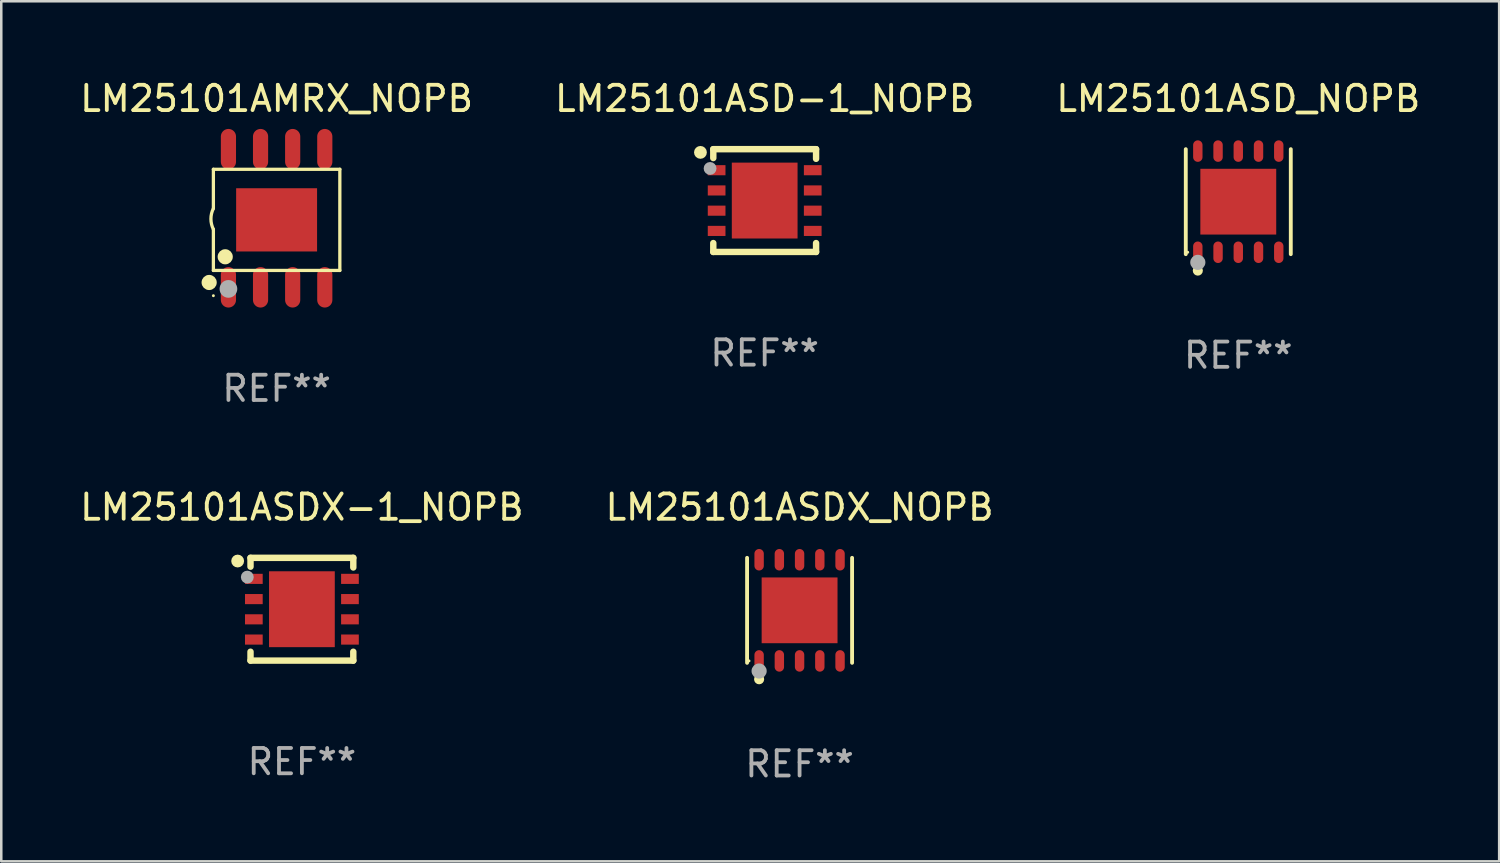
<source format=kicad_pcb>
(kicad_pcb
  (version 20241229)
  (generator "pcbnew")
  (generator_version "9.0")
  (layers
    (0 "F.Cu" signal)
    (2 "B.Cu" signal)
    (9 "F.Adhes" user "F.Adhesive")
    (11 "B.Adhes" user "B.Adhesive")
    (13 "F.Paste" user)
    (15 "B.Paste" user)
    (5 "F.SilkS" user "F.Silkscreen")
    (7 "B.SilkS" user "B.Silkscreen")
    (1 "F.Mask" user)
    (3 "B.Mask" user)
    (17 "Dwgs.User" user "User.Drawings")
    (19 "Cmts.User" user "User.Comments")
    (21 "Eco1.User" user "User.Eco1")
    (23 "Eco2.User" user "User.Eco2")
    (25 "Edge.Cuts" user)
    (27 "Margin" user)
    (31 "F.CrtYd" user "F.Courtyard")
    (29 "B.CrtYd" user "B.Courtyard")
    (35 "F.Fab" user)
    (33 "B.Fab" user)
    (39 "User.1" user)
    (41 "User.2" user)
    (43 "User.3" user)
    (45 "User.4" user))
  (footprint "LM25101ASDX_NOPB"
    (layer "F.Cu")
    (at 28.565 21.082)
    (property "Reference" "LM25101ASDX_NOPB" (at 0 -4.076 0) (layer "F.SilkS") (effects (font (size 1 1) (thickness 0.15))))
    (attr through_hole)
    (fp_line (start -2.076 2.076) (end -2.076 -2.076) (stroke (width 0.152) (type solid)) (layer "F.SilkS"))
    (fp_line (start 2.076 -2.076) (end 2.076 2.076) (stroke (width 0.152) (type solid)) (layer "F.SilkS"))
    (fp_circle (center -2 2) (end -1.97 2) (stroke (width 0.06) (type solid)) (fill no) (layer "F.SilkS"))
    (fp_circle (center -1.6 2.725) (end -1.5 2.725) (stroke (width 0.2) (type solid)) (fill no) (layer "F.SilkS"))
    (fp_circle (center -1.6 2.4) (end -1.45 2.4) (stroke (width 0.3) (type solid)) (fill no) (layer "F.Fab"))
    (fp_text user "REF**" (at 0 6.076 0) (layer "F.Fab") (effects (font (size 1 1) (thickness 0.15))))
    (pad "1" smd oval (at -1.6 2) (size 0.371 0.85) (layers "F.Cu" "F.Mask" "F.Paste"))
    (pad "2" smd oval (at -0.8 2) (size 0.371 0.85) (layers "F.Cu" "F.Mask" "F.Paste"))
    (pad "3" smd oval (at 0 2) (size 0.371 0.85) (layers "F.Cu" "F.Mask" "F.Paste"))
    (pad "4" smd oval (at 0.8 2) (size 0.371 0.85) (layers "F.Cu" "F.Mask" "F.Paste"))
    (pad "5" smd oval (at 1.6 2) (size 0.371 0.85) (layers "F.Cu" "F.Mask" "F.Paste"))
    (pad "6" smd oval (at 1.6 -2) (size 0.371 0.85) (layers "F.Cu" "F.Mask" "F.Paste"))
    (pad "7" smd oval (at 0.8 -2) (size 0.371 0.85) (layers "F.Cu" "F.Mask" "F.Paste"))
    (pad "8" smd oval (at 0 -2) (size 0.371 0.85) (layers "F.Cu" "F.Mask" "F.Paste"))
    (pad "9" smd oval (at -0.8 -2) (size 0.371 0.85) (layers "F.Cu" "F.Mask" "F.Paste"))
    (pad "10" smd oval (at -1.6 -2) (size 0.371 0.85) (layers "F.Cu" "F.Mask" "F.Paste"))
    (pad "11" smd rect (at 0 0) (size 3 2.6) (layers "F.Cu" "F.Mask" "F.Paste")))
  (footprint "LM25101ASD_NOPB"
    (layer "F.Cu")
    (at 45.911 4.924)
    (property "Reference" "LM25101ASD_NOPB" (at 0 -4.076 0) (layer "F.SilkS") (effects (font (size 1 1) (thickness 0.15))))
    (attr through_hole)
    (fp_line (start -2.076 2.076) (end -2.076 -2.076) (stroke (width 0.152) (type solid)) (layer "F.SilkS"))
    (fp_line (start 2.076 -2.076) (end 2.076 2.076) (stroke (width 0.152) (type solid)) (layer "F.SilkS"))
    (fp_circle (center -2 2) (end -1.97 2) (stroke (width 0.06) (type solid)) (fill no) (layer "F.SilkS"))
    (fp_circle (center -1.6 2.725) (end -1.5 2.725) (stroke (width 0.2) (type solid)) (fill no) (layer "F.SilkS"))
    (fp_circle (center -1.6 2.4) (end -1.45 2.4) (stroke (width 0.3) (type solid)) (fill no) (layer "F.Fab"))
    (fp_text user "REF**" (at 0 6.076 0) (layer "F.Fab") (effects (font (size 1 1) (thickness 0.15))))
    (pad "1" smd oval (at -1.6 2) (size 0.371 0.85) (layers "F.Cu" "F.Mask" "F.Paste"))
    (pad "2" smd oval (at -0.8 2) (size 0.371 0.85) (layers "F.Cu" "F.Mask" "F.Paste"))
    (pad "3" smd oval (at 0 2) (size 0.371 0.85) (layers "F.Cu" "F.Mask" "F.Paste"))
    (pad "4" smd oval (at 0.8 2) (size 0.371 0.85) (layers "F.Cu" "F.Mask" "F.Paste"))
    (pad "5" smd oval (at 1.6 2) (size 0.371 0.85) (layers "F.Cu" "F.Mask" "F.Paste"))
    (pad "6" smd oval (at 1.6 -2) (size 0.371 0.85) (layers "F.Cu" "F.Mask" "F.Paste"))
    (pad "7" smd oval (at 0.8 -2) (size 0.371 0.85) (layers "F.Cu" "F.Mask" "F.Paste"))
    (pad "8" smd oval (at 0 -2) (size 0.371 0.85) (layers "F.Cu" "F.Mask" "F.Paste"))
    (pad "9" smd oval (at -0.8 -2) (size 0.371 0.85) (layers "F.Cu" "F.Mask" "F.Paste"))
    (pad "10" smd oval (at -1.6 -2) (size 0.371 0.85) (layers "F.Cu" "F.Mask" "F.Paste"))
    (pad "11" smd rect (at 0 0) (size 3 2.6) (layers "F.Cu" "F.Mask" "F.Paste")))
  (footprint "LM25101ASD-1_NOPB"
    (layer "F.Cu")
    (at 27.185 4.88)
    (property "Reference" "LM25101ASD-1_NOPB" (at 0 -4.032 0) (layer "F.SilkS") (effects (font (size 1 1) (thickness 0.15))))
    (attr through_hole)
    (fp_line (start -2.032 -2.032) (end -2.032 -1.681) (stroke (width 0.254) (type solid)) (layer "F.SilkS"))
    (fp_line (start -2.032 1.681) (end -2.032 2.032) (stroke (width 0.254) (type solid)) (layer "F.SilkS"))
    (fp_line (start -2.032 2.032) (end 2.032 2.032) (stroke (width 0.254) (type solid)) (layer "F.SilkS"))
    (fp_line (start 2.032 -2.032) (end -2.032 -2.032) (stroke (width 0.254) (type solid)) (layer "F.SilkS"))
    (fp_line (start 2.032 -1.651) (end 2.032 -2.032) (stroke (width 0.254) (type solid)) (layer "F.SilkS"))
    (fp_line (start 2.032 2.032) (end 2.032 1.681) (stroke (width 0.254) (type solid)) (layer "F.SilkS"))
    (fp_circle (center -2.54 -1.905) (end -2.413 -1.905) (stroke (width 0.254) (type solid)) (fill no) (layer "F.SilkS"))
    (fp_circle (center -2.011 -2) (end -1.981 -2) (stroke (width 0.06) (type solid)) (fill no) (layer "F.SilkS"))
    (fp_circle (center -2.159 -1.27) (end -2.032 -1.27) (stroke (width 0.254) (type solid)) (fill no) (layer "F.Fab"))
    (fp_text user "REF**" (at 0 6.032 0) (layer "F.Fab") (effects (font (size 1 1) (thickness 0.15))))
    (pad "1" smd rect (at -1.9 -1.2) (size 0.7 0.4) (layers "F.Cu" "F.Mask" "F.Paste"))
    (pad "2" smd rect (at -1.9 -0.4) (size 0.7 0.4) (layers "F.Cu" "F.Mask" "F.Paste"))
    (pad "3" smd rect (at -1.9 0.4) (size 0.7 0.4) (layers "F.Cu" "F.Mask" "F.Paste"))
    (pad "4" smd rect (at -1.9 1.2) (size 0.7 0.4) (layers "F.Cu" "F.Mask" "F.Paste"))
    (pad "5" smd rect (at 1.9 1.2) (size 0.7 0.4) (layers "F.Cu" "F.Mask" "F.Paste"))
    (pad "6" smd rect (at 1.9 0.4) (size 0.7 0.4) (layers "F.Cu" "F.Mask" "F.Paste"))
    (pad "7" smd rect (at 1.9 -0.4) (size 0.7 0.4) (layers "F.Cu" "F.Mask" "F.Paste"))
    (pad "8" smd rect (at 1.9 -1.2) (size 0.7 0.4) (layers "F.Cu" "F.Mask" "F.Paste"))
    (pad "9" smd rect (at -0.000025 0.000025) (size 2.6 3) (layers "F.Cu" "F.Mask" "F.Paste")))
  (footprint "LM25101AMRX_NOPB"
    (layer "F.Cu")
    (at 7.887 5.579)
    (property "Reference" "LM25101AMRX_NOPB" (at 0 -4.731 0) (layer "F.SilkS") (effects (font (size 1 1) (thickness 0.15))))
    (attr through_hole)
    (fp_line (start -2.5 -1.936) (end -2.5 -0.386) (stroke (width 0.129) (type solid)) (layer "F.SilkS"))
    (fp_line (start -2.5 -1.936) (end 2.5 -1.936) (stroke (width 0.129) (type solid)) (layer "F.SilkS"))
    (fp_line (start -2.5 2.064) (end -2.5 0.439) (stroke (width 0.129) (type solid)) (layer "F.SilkS"))
    (fp_line (start -2.5 2.064) (end 2.5 2.064) (stroke (width 0.129) (type solid)) (layer "F.SilkS"))
    (fp_line (start 2.5 -1.936) (end 2.5 2.064) (stroke (width 0.129) (type solid)) (layer "F.SilkS"))
    (fp_arc (start -2.499365 0.439497) (mid -2.597067 0.026618) (end -2.5 -0.386411) (stroke (width 0.129032) (type solid)) (layer "F.SilkS"))
    (fp_circle (center -2.667 2.54) (end -2.517 2.54) (stroke (width 0.3) (type solid)) (fill no) (layer "F.SilkS"))
    (fp_circle (center -2.5 3.063) (end -2.47 3.063) (stroke (width 0.06) (type solid)) (fill no) (layer "F.SilkS"))
    (fp_circle (center -2.032 1.524) (end -1.882 1.524) (stroke (width 0.3) (type solid)) (fill no) (layer "F.SilkS"))
    (fp_circle (center -1.905 2.794) (end -1.73 2.794) (stroke (width 0.35) (type solid)) (fill no) (layer "F.Fab"))
    (fp_text user "REF**" (at 0 6.731 0) (layer "F.Fab") (effects (font (size 1 1) (thickness 0.15))))
    (pad "1" smd oval (at -1.905 2.731) (size 0.6 1.6) (layers "F.Cu" "F.Mask" "F.Paste"))
    (pad "2" smd oval (at -0.635 2.731) (size 0.6 1.6) (layers "F.Cu" "F.Mask" "F.Paste"))
    (pad "3" smd oval (at 0.635 2.731) (size 0.6 1.6) (layers "F.Cu" "F.Mask" "F.Paste"))
    (pad "4" smd oval (at 1.905 2.731) (size 0.6 1.6) (layers "F.Cu" "F.Mask" "F.Paste"))
    (pad "5" smd oval (at 1.905 -2.731) (size 0.6 1.6) (layers "F.Cu" "F.Mask" "F.Paste"))
    (pad "6" smd oval (at 0.635 -2.731) (size 0.6 1.6) (layers "F.Cu" "F.Mask" "F.Paste"))
    (pad "7" smd oval (at -0.635 -2.731) (size 0.6 1.6) (layers "F.Cu" "F.Mask" "F.Paste"))
    (pad "8" smd oval (at -1.905 -2.731) (size 0.6 1.6) (layers "F.Cu" "F.Mask" "F.Paste"))
    (pad "9" smd rect (at -0.000076 0.064) (size 3.2 2.5) (layers "F.Cu" "F.Mask" "F.Paste")))
  (footprint "LM25101ASDX-1_NOPB"
    (layer "F.Cu")
    (at 8.887 21.038)
    (property "Reference" "LM25101ASDX-1_NOPB" (at 0 -4.032 0) (layer "F.SilkS") (effects (font (size 1 1) (thickness 0.15))))
    (attr through_hole)
    (fp_line (start -2.032 -2.032) (end -2.032 -1.681) (stroke (width 0.254) (type solid)) (layer "F.SilkS"))
    (fp_line (start -2.032 1.681) (end -2.032 2.032) (stroke (width 0.254) (type solid)) (layer "F.SilkS"))
    (fp_line (start -2.032 2.032) (end 2.032 2.032) (stroke (width 0.254) (type solid)) (layer "F.SilkS"))
    (fp_line (start 2.032 -2.032) (end -2.032 -2.032) (stroke (width 0.254) (type solid)) (layer "F.SilkS"))
    (fp_line (start 2.032 -1.651) (end 2.032 -2.032) (stroke (width 0.254) (type solid)) (layer "F.SilkS"))
    (fp_line (start 2.032 2.032) (end 2.032 1.681) (stroke (width 0.254) (type solid)) (layer "F.SilkS"))
    (fp_circle (center -2.54 -1.905) (end -2.413 -1.905) (stroke (width 0.254) (type solid)) (fill no) (layer "F.SilkS"))
    (fp_circle (center -2.011 -2) (end -1.981 -2) (stroke (width 0.06) (type solid)) (fill no) (layer "F.SilkS"))
    (fp_circle (center -2.159 -1.27) (end -2.032 -1.27) (stroke (width 0.254) (type solid)) (fill no) (layer "F.Fab"))
    (fp_text user "REF**" (at 0 6.032 0) (layer "F.Fab") (effects (font (size 1 1) (thickness 0.15))))
    (pad "1" smd rect (at -1.9 -1.2) (size 0.7 0.4) (layers "F.Cu" "F.Mask" "F.Paste"))
    (pad "2" smd rect (at -1.9 -0.4) (size 0.7 0.4) (layers "F.Cu" "F.Mask" "F.Paste"))
    (pad "3" smd rect (at -1.9 0.4) (size 0.7 0.4) (layers "F.Cu" "F.Mask" "F.Paste"))
    (pad "4" smd rect (at -1.9 1.2) (size 0.7 0.4) (layers "F.Cu" "F.Mask" "F.Paste"))
    (pad "5" smd rect (at 1.9 1.2) (size 0.7 0.4) (layers "F.Cu" "F.Mask" "F.Paste"))
    (pad "6" smd rect (at 1.9 0.4) (size 0.7 0.4) (layers "F.Cu" "F.Mask" "F.Paste"))
    (pad "7" smd rect (at 1.9 -0.4) (size 0.7 0.4) (layers "F.Cu" "F.Mask" "F.Paste"))
    (pad "8" smd rect (at 1.9 -1.2) (size 0.7 0.4) (layers "F.Cu" "F.Mask" "F.Paste"))
    (pad "9" smd rect (at -0.000025 0.000025) (size 2.6 3) (layers "F.Cu" "F.Mask" "F.Paste")))
  (gr_rect
    (start -3 -3)
    (end 56.226 31.006)
    (stroke (width 0.1) (type default))
    (fill no)
    (layer "Edge.Cuts")))
</source>
